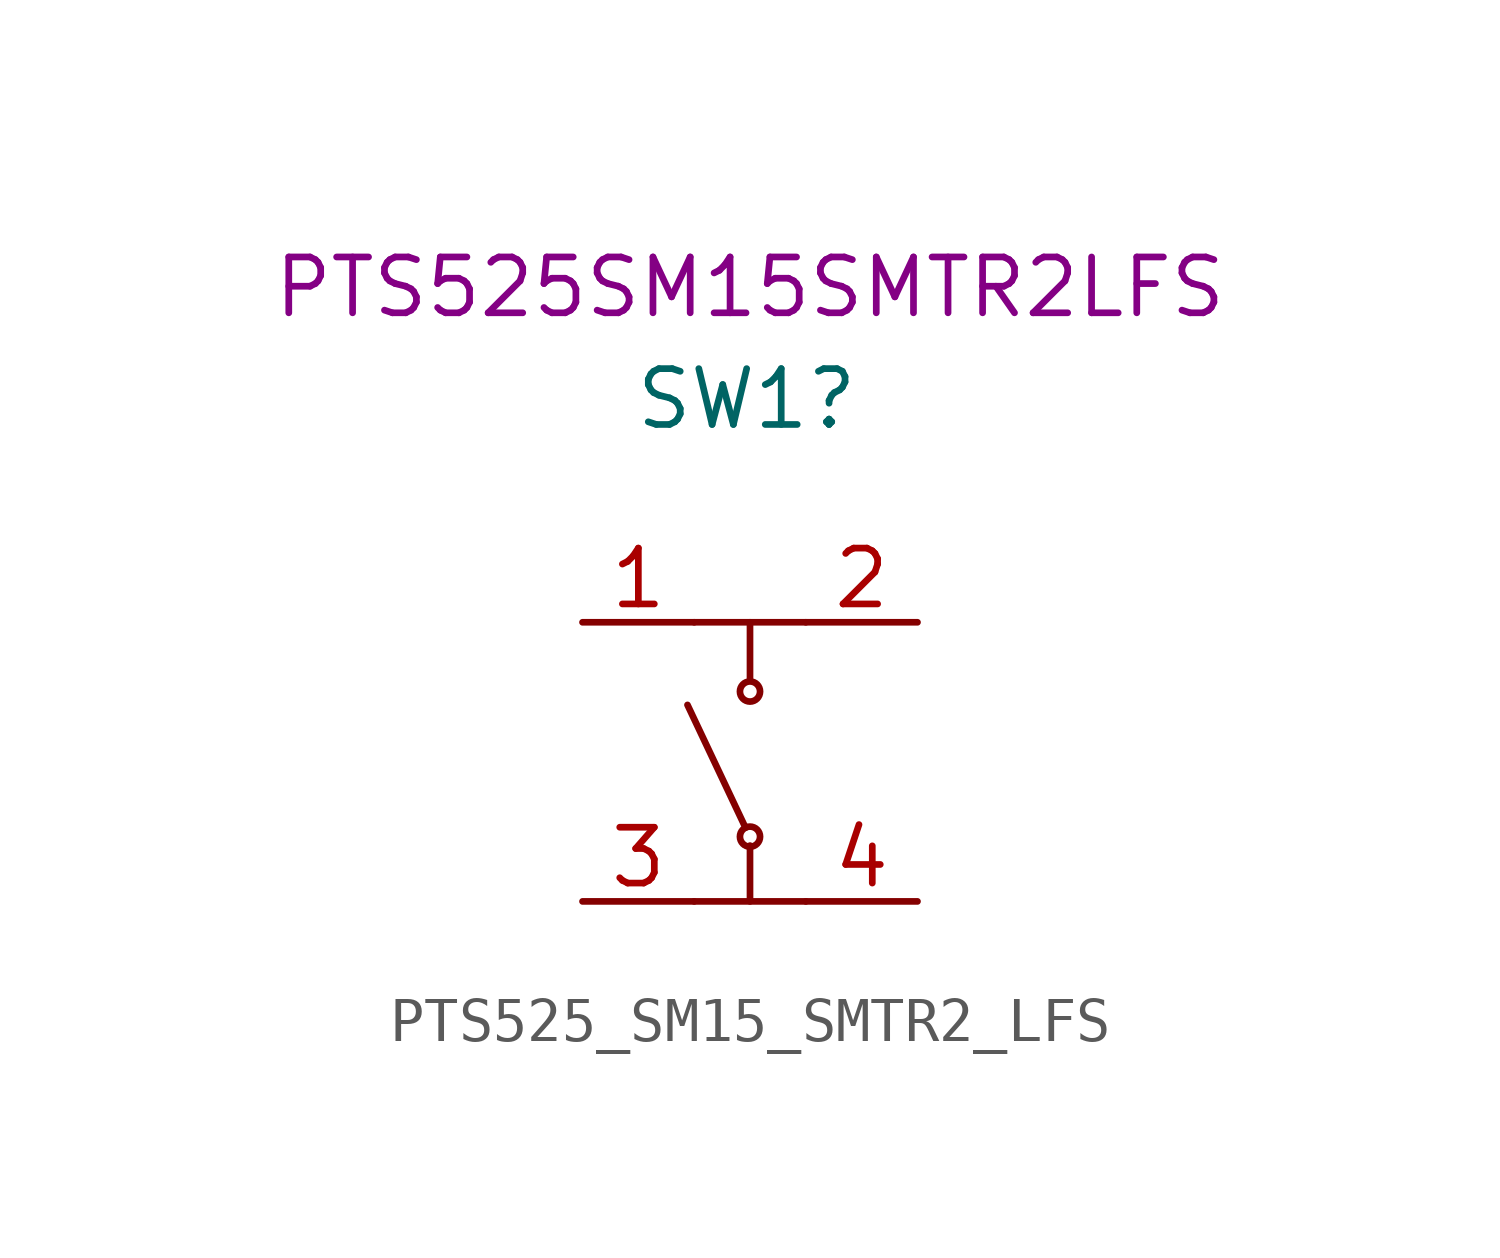
<source format=kicad_sym>
(kicad_symbol_lib
  (version 20211014)
  (generator kicad_symbol_editor)
  (symbol "PTS525_SM15_SMTR2_LFS"
    (pin_names
      (offset 1.016))
    (property "Reference" "SW1"
      (at -0.076 5.08 0)
      (effects (font (size 1.27 1.27))))
    (property "MPN" "PTS525SM15SMTR2LFS"
      (at 0 7.62 0)
      (effects (font (size 1.27 1.27))))
    (symbol "PTS525_SM15_SMTR2_LFS_0_1"
      (circle (center 0 -4.877) (radius 0.229) (stroke (width 0) (type default) (color 0 0 0 0)) (fill (type none)))
      (circle (center 0 -1.575) (radius 0.229) (stroke (width 0) (type default) (color 0 0 0 0)) (fill (type none)))
      (polyline (pts (xy -1.27 -6.35) (xy 1.27 -6.35)) (stroke (width 0) (type default) (color 0 0 0 0)) (fill (type none)))
      (polyline (pts (xy -1.27 0) (xy 1.27 0)) (stroke (width 0) (type default) (color 0 0 0 0)) (fill (type none)))
      (polyline (pts (xy -0.102 -4.674) (xy -1.422 -1.88)) (stroke (width 0) (type default) (color 0 0 0 0)) (fill (type none)))
      (polyline (pts (xy 0 -6.35) (xy 0 -5.08)) (stroke (width 0) (type default) (color 0 0 0 0)) (fill (type none)))
      (polyline (pts (xy 0 0) (xy 0 -1.27)) (stroke (width 0) (type default) (color 0 0 0 0)) (fill (type none))))
    (symbol "PTS525_SM15_SMTR2_LFS_1_1"
      (pin passive line (at -3.81 0 0) (length 2.54) (name "~" (effects (font (size 1.27 1.27)))) (number "1" (effects (font (size 1.27 1.27)))))
      (pin passive line (at 3.81 0 180) (length 2.54) (name "~" (effects (font (size 1.27 1.27)))) (number "2" (effects (font (size 1.27 1.27)))))
      (pin passive line (at -3.81 -6.35 0) (length 2.54) (name "~" (effects (font (size 1.27 1.27)))) (number "3" (effects (font (size 1.27 1.27)))))
      (pin passive line (at 3.81 -6.35 180) (length 2.54) (name "~" (effects (font (size 1.27 1.27)))) (number "4" (effects (font (size 1.27 1.27))))))))
</source>
